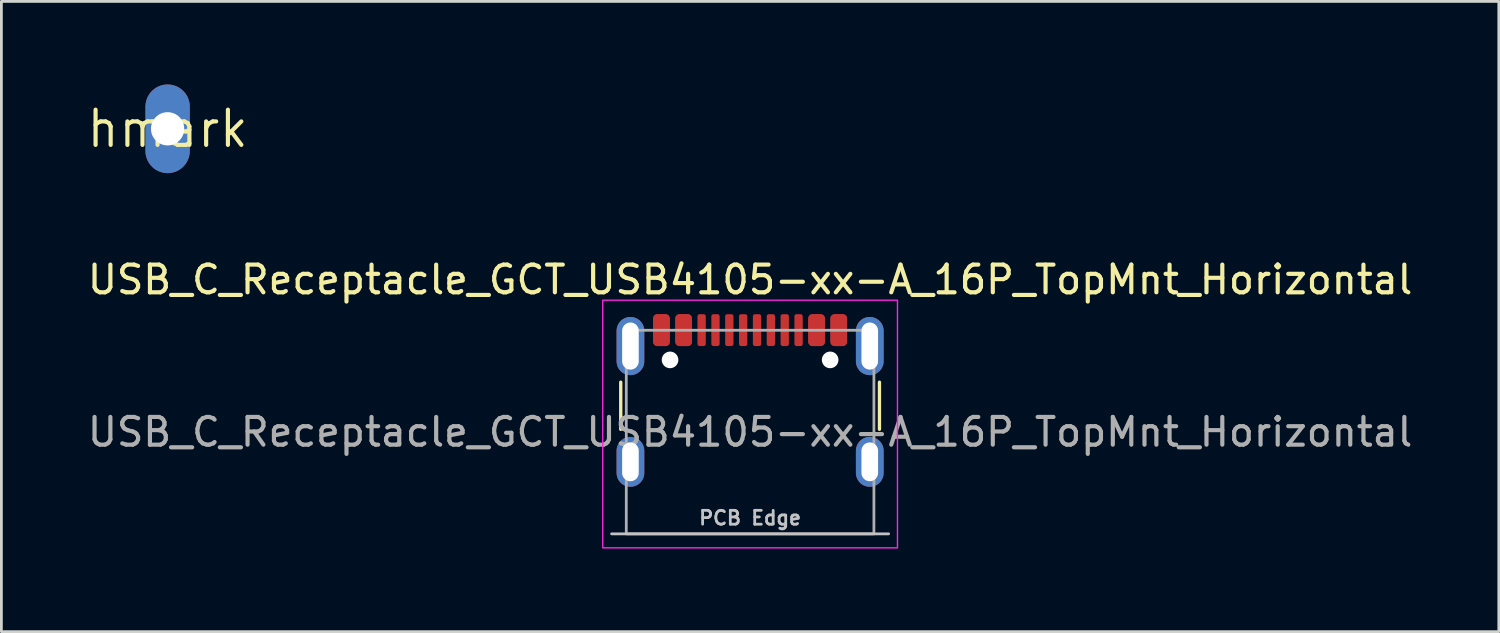
<source format=kicad_pcb>
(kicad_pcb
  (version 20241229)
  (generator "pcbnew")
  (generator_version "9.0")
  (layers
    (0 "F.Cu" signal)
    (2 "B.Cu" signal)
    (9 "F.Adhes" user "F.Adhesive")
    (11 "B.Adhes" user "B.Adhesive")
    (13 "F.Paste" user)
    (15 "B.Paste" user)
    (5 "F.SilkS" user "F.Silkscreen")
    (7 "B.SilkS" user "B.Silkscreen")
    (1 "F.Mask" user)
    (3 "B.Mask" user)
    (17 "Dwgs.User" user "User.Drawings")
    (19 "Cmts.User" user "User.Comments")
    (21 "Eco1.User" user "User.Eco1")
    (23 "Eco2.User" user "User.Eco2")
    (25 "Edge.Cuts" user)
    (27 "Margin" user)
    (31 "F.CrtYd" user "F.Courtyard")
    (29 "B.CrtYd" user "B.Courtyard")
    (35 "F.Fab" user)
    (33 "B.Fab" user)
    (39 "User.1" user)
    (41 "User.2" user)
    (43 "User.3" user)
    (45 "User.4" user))
  (footprint "hmark"
    (layer "F.Cu")
    (at 3.001 1.6)
    (property "Reference" "hmark" (at 0 0 0) (layer "F.SilkS") (effects (font (size 1.27 1.27) (thickness 0.15))))
    (attr smd)
    (pad "1" thru_hole oval (at 0 0) (size 1.6 3.2) (drill 1.2 2.8) (layers "*.Cu" "*.Mask")))
  (footprint "USB_C_Receptacle_GCT_USB4105-xx-A_16P_TopMnt_Horizontal"
    (layer "F.Cu")
    (at 24.03 12.548)
    (property "Reference" "USB_C_Receptacle_GCT_USB4105-xx-A_16P_TopMnt_Horizontal" (at 0 -5.5 0) (unlocked yes) (layer "F.SilkS") (effects (font (size 1 1) (thickness 0.15))))
    (attr smd)
    (fp_line (start -4.67 -0.1) (end -4.67 -1.8) (stroke (width 0.12) (type solid)) (layer "F.SilkS"))
    (fp_line (start 4.67 -0.1) (end 4.67 -1.8) (stroke (width 0.12) (type solid)) (layer "F.SilkS"))
    (fp_line (start 5 3.675) (end -5 3.675) (stroke (width 0.1) (type solid)) (layer "Dwgs.User"))
    (fp_rect (start -5.32 -4.76) (end 5.32 4.18) (stroke (width 0.05) (type solid)) (fill no) (layer "F.CrtYd"))
    (fp_rect (start -4.47 -3.675) (end 4.47 3.675) (stroke (width 0.1) (type solid)) (fill no) (layer "F.Fab"))
    (fp_text user "PCB Edge" (at 0 3.1 0) (unlocked yes) (layer "Dwgs.User") (effects (font (size 0.5 0.5) (thickness 0.1))))
    (fp_text user "${REFERENCE}" (at 0 0 0) (unlocked yes) (layer "F.Fab") (effects (font (size 1 1) (thickness 0.15))))
    (pad "" np_thru_hole circle (at -2.89 -2.605) (size 0.6 0.6) (drill 0.6) (layers "*.Cu" "*.Mask"))
    (pad "" np_thru_hole circle (at 2.89 -2.605) (size 0.6 0.6) (drill 0.6) (layers "*.Cu" "*.Mask"))
    (pad "A1" smd roundrect (at -3.2 -3.68) (size 0.6 1.15) (layers "F.Cu" "F.Mask" "F.Paste") (roundrect_rratio 0.25))
    (pad "A4" smd roundrect (at -2.4 -3.68) (size 0.6 1.15) (layers "F.Cu" "F.Mask" "F.Paste") (roundrect_rratio 0.25))
    (pad "A5" smd roundrect (at -1.25 -3.68) (size 0.3 1.15) (layers "F.Cu" "F.Mask" "F.Paste") (roundrect_rratio 0.25))
    (pad "A6" smd roundrect (at -0.25 -3.68) (size 0.3 1.15) (layers "F.Cu" "F.Mask" "F.Paste") (roundrect_rratio 0.25))
    (pad "A7" smd roundrect (at 0.25 -3.68) (size 0.3 1.15) (layers "F.Cu" "F.Mask" "F.Paste") (roundrect_rratio 0.25))
    (pad "A8" smd roundrect (at 1.25 -3.68) (size 0.3 1.15) (layers "F.Cu" "F.Mask" "F.Paste") (roundrect_rratio 0.25))
    (pad "A9" smd roundrect (at 2.4 -3.68) (size 0.6 1.15) (layers "F.Cu" "F.Mask" "F.Paste") (roundrect_rratio 0.25))
    (pad "A12" smd roundrect (at 3.2 -3.68) (size 0.6 1.15) (layers "F.Cu" "F.Mask" "F.Paste") (roundrect_rratio 0.25))
    (pad "B1" smd roundrect (at 3.2 -3.68) (size 0.6 1.15) (layers "F.Cu" "F.Mask" "F.Paste") (roundrect_rratio 0.25))
    (pad "B4" smd roundrect (at 2.4 -3.68) (size 0.6 1.15) (layers "F.Cu" "F.Mask" "F.Paste") (roundrect_rratio 0.25))
    (pad "B5" smd roundrect (at 1.75 -3.68) (size 0.3 1.15) (layers "F.Cu" "F.Mask" "F.Paste") (roundrect_rratio 0.25))
    (pad "B6" smd roundrect (at 0.75 -3.68) (size 0.3 1.15) (layers "F.Cu" "F.Mask" "F.Paste") (roundrect_rratio 0.25))
    (pad "B7" smd roundrect (at -0.75 -3.68) (size 0.3 1.15) (layers "F.Cu" "F.Mask" "F.Paste") (roundrect_rratio 0.25))
    (pad "B8" smd roundrect (at -1.75 -3.68) (size 0.3 1.15) (layers "F.Cu" "F.Mask" "F.Paste") (roundrect_rratio 0.25))
    (pad "B9" smd roundrect (at -2.4 -3.68) (size 0.6 1.15) (layers "F.Cu" "F.Mask" "F.Paste") (roundrect_rratio 0.25))
    (pad "B12" smd roundrect (at -3.2 -3.68) (size 0.6 1.15) (layers "F.Cu" "F.Mask" "F.Paste") (roundrect_rratio 0.25))
    (pad "S1" thru_hole oval (at -4.32 -3.105) (size 1 2.1) (drill oval 0.6 1.7) (layers "*.Cu" "*.Mask" "F.Paste"))
    (pad "S1" thru_hole oval (at -4.32 1.075) (size 1 1.8) (drill oval 0.6 1.4) (layers "*.Cu" "*.Mask" "F.Paste"))
    (pad "S1" thru_hole oval (at 4.32 -3.105) (size 1 2.1) (drill oval 0.6 1.7) (layers "*.Cu" "*.Mask" "F.Paste"))
    (pad "S1" thru_hole oval (at 4.32 1.075) (size 1 1.8) (drill oval 0.6 1.4) (layers "*.Cu" "*.Mask" "F.Paste")))
  (gr_rect
    (start -3 -3)
    (end 51.06 19.753)
    (stroke (width 0.1) (type default))
    (fill no)
    (layer "Edge.Cuts")))
</source>
